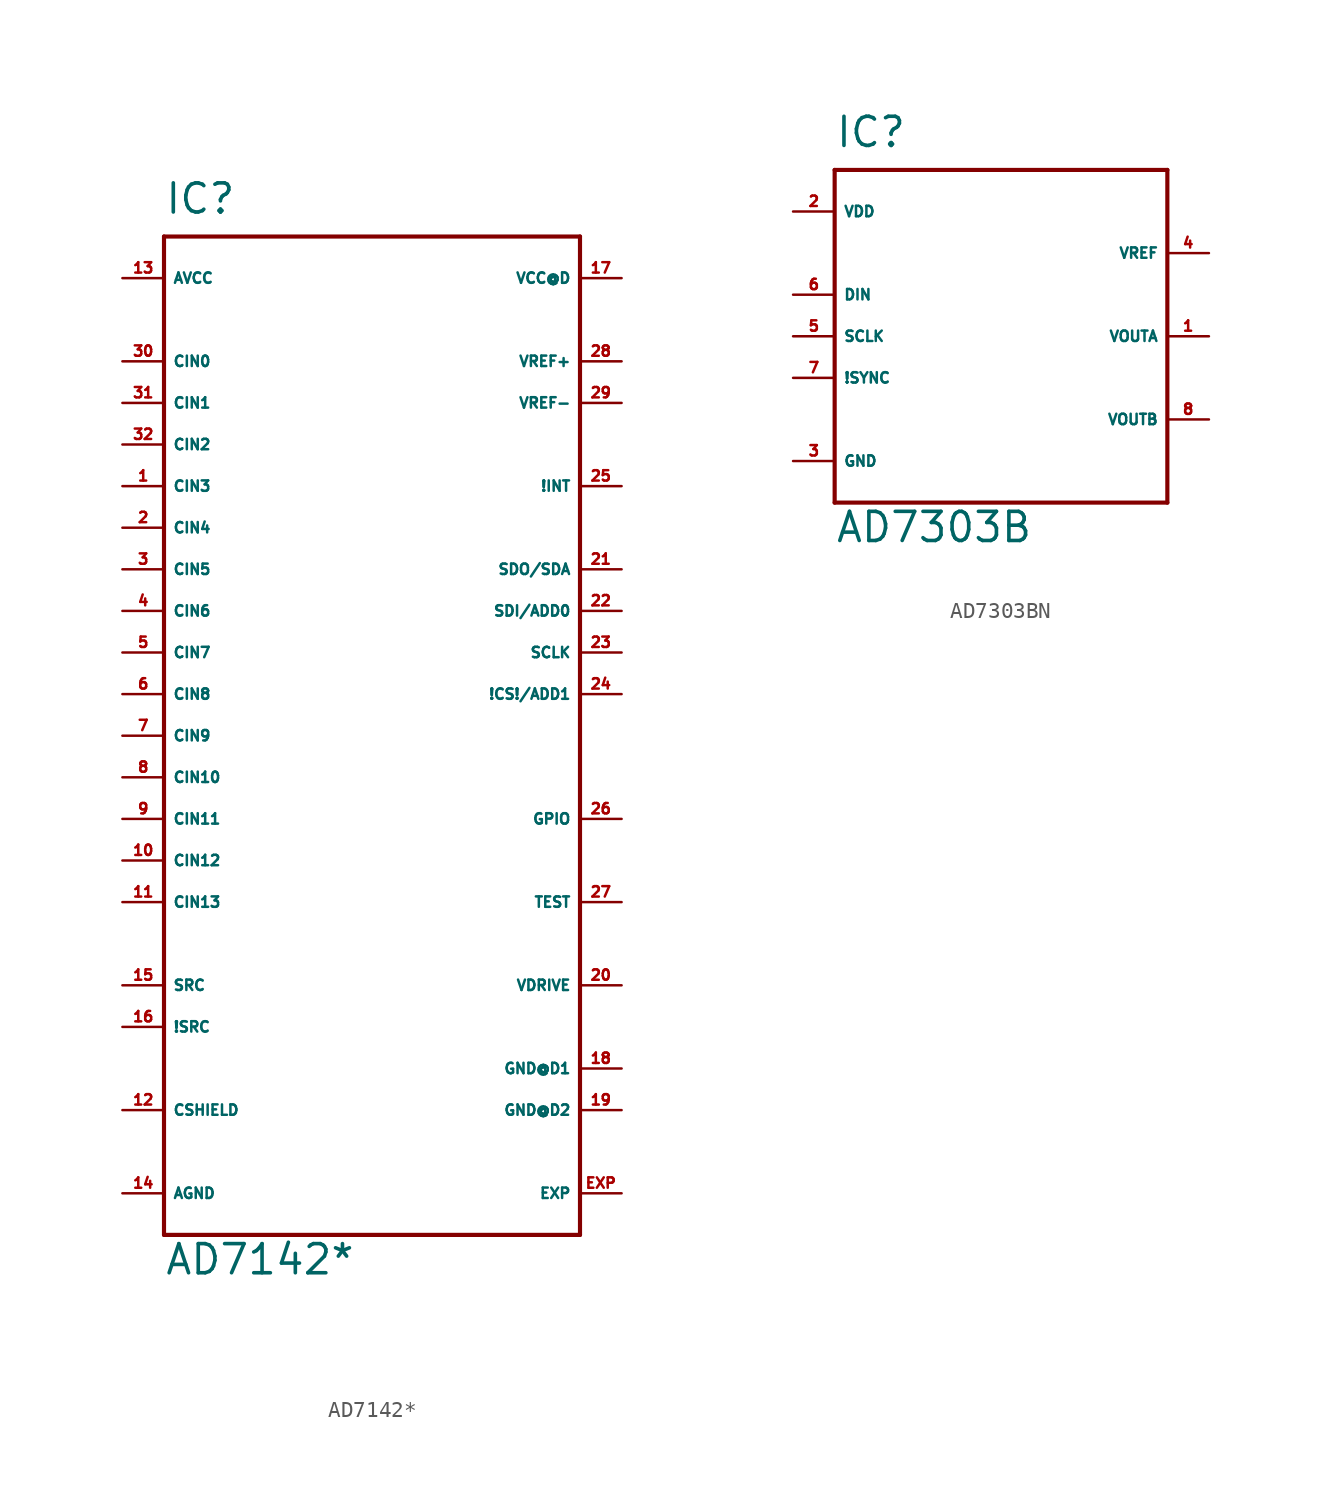
<source format=kicad_sym>
(kicad_symbol_lib
  (version 20220914)
  (generator Eagle2Kicad)
  (symbol "AD7142*"
    (property "Reference" "IC"
      (at -12.7 31.75 0)
      (effects (font (size 1.778 1.778) (thickness 0.22)) (justify left bottom)))
    (property "Value" "AD7142*"
      (at -12.7 -33.02 0)
      (effects (font (size 1.778 1.778) (thickness 0.22)) (justify left bottom)))
    (polyline
      (pts (xy -12.7 30.48) (xy 12.7 30.48))
      (stroke (width 0.254) (type default))
      (fill (type none)))
    (polyline
      (pts (xy 12.7 30.48) (xy 12.7 -30.48))
      (stroke (width 0.254) (type default))
      (fill (type none)))
    (polyline
      (pts (xy 12.7 -30.48) (xy -12.7 -30.48))
      (stroke (width 0.254) (type default))
      (fill (type none)))
    (polyline
      (pts (xy -12.7 -30.48) (xy -12.7 30.48))
      (stroke (width 0.254) (type default))
      (fill (type none)))
    (pin input line
      (at -15.24 22.86 0)
      (length 2.54)
      (name "CIN0" (effects (font (size 0.635 0.635) (thickness 0.08)) (justify left bottom)))
      (number "30" (effects (font (size 0.635 0.635) (thickness 0.08)) (justify left bottom))))
    (pin input line
      (at -15.24 20.32 0)
      (length 2.54)
      (name "CIN1" (effects (font (size 0.635 0.635) (thickness 0.08)) (justify left bottom)))
      (number "31" (effects (font (size 0.635 0.635) (thickness 0.08)) (justify left bottom))))
    (pin input line
      (at -15.24 17.78 0)
      (length 2.54)
      (name "CIN2" (effects (font (size 0.635 0.635) (thickness 0.08)) (justify left bottom)))
      (number "32" (effects (font (size 0.635 0.635) (thickness 0.08)) (justify left bottom))))
    (pin input line
      (at -15.24 15.24 0)
      (length 2.54)
      (name "CIN3" (effects (font (size 0.635 0.635) (thickness 0.08)) (justify left bottom)))
      (number "1" (effects (font (size 0.635 0.635) (thickness 0.08)) (justify left bottom))))
    (pin input line
      (at -15.24 12.7 0)
      (length 2.54)
      (name "CIN4" (effects (font (size 0.635 0.635) (thickness 0.08)) (justify left bottom)))
      (number "2" (effects (font (size 0.635 0.635) (thickness 0.08)) (justify left bottom))))
    (pin input line
      (at -15.24 10.16 0)
      (length 2.54)
      (name "CIN5" (effects (font (size 0.635 0.635) (thickness 0.08)) (justify left bottom)))
      (number "3" (effects (font (size 0.635 0.635) (thickness 0.08)) (justify left bottom))))
    (pin input line
      (at -15.24 7.62 0)
      (length 2.54)
      (name "CIN6" (effects (font (size 0.635 0.635) (thickness 0.08)) (justify left bottom)))
      (number "4" (effects (font (size 0.635 0.635) (thickness 0.08)) (justify left bottom))))
    (pin input line
      (at -15.24 5.08 0)
      (length 2.54)
      (name "CIN7" (effects (font (size 0.635 0.635) (thickness 0.08)) (justify left bottom)))
      (number "5" (effects (font (size 0.635 0.635) (thickness 0.08)) (justify left bottom))))
    (pin input line
      (at -15.24 2.54 0)
      (length 2.54)
      (name "CIN8" (effects (font (size 0.635 0.635) (thickness 0.08)) (justify left bottom)))
      (number "6" (effects (font (size 0.635 0.635) (thickness 0.08)) (justify left bottom))))
    (pin input line
      (at -15.24 0 0)
      (length 2.54)
      (name "CIN9" (effects (font (size 0.635 0.635) (thickness 0.08)) (justify left bottom)))
      (number "7" (effects (font (size 0.635 0.635) (thickness 0.08)) (justify left bottom))))
    (pin input line
      (at -15.24 -2.54 0)
      (length 2.54)
      (name "CIN10" (effects (font (size 0.635 0.635) (thickness 0.08)) (justify left bottom)))
      (number "8" (effects (font (size 0.635 0.635) (thickness 0.08)) (justify left bottom))))
    (pin input line
      (at -15.24 -5.08 0)
      (length 2.54)
      (name "CIN11" (effects (font (size 0.635 0.635) (thickness 0.08)) (justify left bottom)))
      (number "9" (effects (font (size 0.635 0.635) (thickness 0.08)) (justify left bottom))))
    (pin input line
      (at -15.24 -7.62 0)
      (length 2.54)
      (name "CIN12" (effects (font (size 0.635 0.635) (thickness 0.08)) (justify left bottom)))
      (number "10" (effects (font (size 0.635 0.635) (thickness 0.08)) (justify left bottom))))
    (pin input line
      (at -15.24 -10.16 0)
      (length 2.54)
      (name "CIN13" (effects (font (size 0.635 0.635) (thickness 0.08)) (justify left bottom)))
      (number "11" (effects (font (size 0.635 0.635) (thickness 0.08)) (justify left bottom))))
    (pin output line
      (at -15.24 -22.86 0)
      (length 2.54)
      (name "CSHIELD" (effects (font (size 0.635 0.635) (thickness 0.08)) (justify left bottom)))
      (number "12" (effects (font (size 0.635 0.635) (thickness 0.08)) (justify left bottom))))
    (pin input line
      (at -15.24 -15.24 0)
      (length 2.54)
      (name "SRC" (effects (font (size 0.635 0.635) (thickness 0.08)) (justify left bottom)))
      (number "15" (effects (font (size 0.635 0.635) (thickness 0.08)) (justify left bottom))))
    (pin input line
      (at -15.24 -17.78 0)
      (length 2.54)
      (name "!SRC" (effects (font (size 0.635 0.635) (thickness 0.08)) (justify left bottom)))
      (number "16" (effects (font (size 0.635 0.635) (thickness 0.08)) (justify left bottom))))
    (pin input line
      (at 15.24 -15.24 180)
      (length 2.54)
      (name "VDRIVE" (effects (font (size 0.635 0.635) (thickness 0.08)) (justify left bottom)))
      (number "20" (effects (font (size 0.635 0.635) (thickness 0.08)) (justify left bottom))))
    (pin output line
      (at 15.24 10.16 180)
      (length 2.54)
      (name "SDO/SDA" (effects (font (size 0.635 0.635) (thickness 0.08)) (justify left bottom)))
      (number "21" (effects (font (size 0.635 0.635) (thickness 0.08)) (justify left bottom))))
    (pin bidirectional line
      (at 15.24 7.62 180)
      (length 2.54)
      (name "SDI/ADD0" (effects (font (size 0.635 0.635) (thickness 0.08)) (justify left bottom)))
      (number "22" (effects (font (size 0.635 0.635) (thickness 0.08)) (justify left bottom))))
    (pin input line
      (at 15.24 5.08 180)
      (length 2.54)
      (name "SCLK" (effects (font (size 0.635 0.635) (thickness 0.08)) (justify left bottom)))
      (number "23" (effects (font (size 0.635 0.635) (thickness 0.08)) (justify left bottom))))
    (pin input line
      (at 15.24 2.54 180)
      (length 2.54)
      (name "!CS!/ADD1" (effects (font (size 0.635 0.635) (thickness 0.08)) (justify left bottom)))
      (number "24" (effects (font (size 0.635 0.635) (thickness 0.08)) (justify left bottom))))
    (pin output line
      (at 15.24 15.24 180)
      (length 2.54)
      (name "!INT" (effects (font (size 0.635 0.635) (thickness 0.08)) (justify left bottom)))
      (number "25" (effects (font (size 0.635 0.635) (thickness 0.08)) (justify left bottom))))
    (pin input line
      (at 15.24 -5.08 180)
      (length 2.54)
      (name "GPIO" (effects (font (size 0.635 0.635) (thickness 0.08)) (justify left bottom)))
      (number "26" (effects (font (size 0.635 0.635) (thickness 0.08)) (justify left bottom))))
    (pin input line
      (at 15.24 22.86 180)
      (length 2.54)
      (name "VREF+" (effects (font (size 0.635 0.635) (thickness 0.08)) (justify left bottom)))
      (number "28" (effects (font (size 0.635 0.635) (thickness 0.08)) (justify left bottom))))
    (pin input line
      (at 15.24 20.32 180)
      (length 2.54)
      (name "VREF-" (effects (font (size 0.635 0.635) (thickness 0.08)) (justify left bottom)))
      (number "29" (effects (font (size 0.635 0.635) (thickness 0.08)) (justify left bottom))))
    (pin input line
      (at 15.24 -10.16 180)
      (length 2.54)
      (name "TEST" (effects (font (size 0.635 0.635) (thickness 0.08)) (justify left bottom)))
      (number "27" (effects (font (size 0.635 0.635) (thickness 0.08)) (justify left bottom))))
    (pin input line
      (at -15.24 27.94 0)
      (length 2.54)
      (name "AVCC" (effects (font (size 0.635 0.635) (thickness 0.08)) (justify left bottom)))
      (number "13" (effects (font (size 0.635 0.635) (thickness 0.08)) (justify left bottom))))
    (pin input line
      (at -15.24 -27.94 0)
      (length 2.54)
      (name "AGND" (effects (font (size 0.635 0.635) (thickness 0.08)) (justify left bottom)))
      (number "14" (effects (font (size 0.635 0.635) (thickness 0.08)) (justify left bottom))))
    (pin unspecified line
      (at 15.24 27.94 180)
      (length 2.54)
      (name "VCC@D" (effects (font (size 0.635 0.635) (thickness 0.08)) (justify left bottom)))
      (number "17" (effects (font (size 0.635 0.635) (thickness 0.08)) (justify left bottom))))
    (pin unspecified line
      (at 15.24 -20.32 180)
      (length 2.54)
      (name "GND@D1" (effects (font (size 0.635 0.635) (thickness 0.08)) (justify left bottom)))
      (number "18" (effects (font (size 0.635 0.635) (thickness 0.08)) (justify left bottom))))
    (pin unspecified line
      (at 15.24 -22.86 180)
      (length 2.54)
      (name "GND@D2" (effects (font (size 0.635 0.635) (thickness 0.08)) (justify left bottom)))
      (number "19" (effects (font (size 0.635 0.635) (thickness 0.08)) (justify left bottom))))
    (pin passive line
      (at 15.24 -27.94 180)
      (length 2.54)
      (name "EXP" (effects (font (size 0.635 0.635) (thickness 0.08)) (justify left bottom)))
      (number "EXP" (effects (font (size 0.635 0.635) (thickness 0.08)) (justify left bottom)))))
  (symbol "AD7303BN"
    (property "Reference" "IC"
      (at -10.16 11.43 0)
      (effects (font (size 1.778 1.778) (thickness 0.22)) (justify left bottom)))
    (property "Value" "AD7303B"
      (at -10.16 -12.7 0)
      (effects (font (size 1.778 1.778) (thickness 0.22)) (justify left bottom)))
    (polyline
      (pts (xy -10.16 10.16) (xy 10.16 10.16))
      (stroke (width 0.254) (type default))
      (fill (type none)))
    (polyline
      (pts (xy 10.16 10.16) (xy 10.16 -10.16))
      (stroke (width 0.254) (type default))
      (fill (type none)))
    (polyline
      (pts (xy 10.16 -10.16) (xy -10.16 -10.16))
      (stroke (width 0.254) (type default))
      (fill (type none)))
    (polyline
      (pts (xy -10.16 -10.16) (xy -10.16 10.16))
      (stroke (width 0.254) (type default))
      (fill (type none)))
    (pin input line
      (at -12.7 2.54 0)
      (length 2.54)
      (name "DIN" (effects (font (size 0.635 0.635) (thickness 0.08)) (justify left bottom)))
      (number "6" (effects (font (size 0.635 0.635) (thickness 0.08)) (justify left bottom))))
    (pin input line
      (at -12.7 0 0)
      (length 2.54)
      (name "SCLK" (effects (font (size 0.635 0.635) (thickness 0.08)) (justify left bottom)))
      (number "5" (effects (font (size 0.635 0.635) (thickness 0.08)) (justify left bottom))))
    (pin input line
      (at -12.7 -2.54 0)
      (length 2.54)
      (name "!SYNC" (effects (font (size 0.635 0.635) (thickness 0.08)) (justify left bottom)))
      (number "7" (effects (font (size 0.635 0.635) (thickness 0.08)) (justify left bottom))))
    (pin unspecified line
      (at -12.7 -7.62 0)
      (length 2.54)
      (name "GND" (effects (font (size 0.635 0.635) (thickness 0.08)) (justify left bottom)))
      (number "3" (effects (font (size 0.635 0.635) (thickness 0.08)) (justify left bottom))))
    (pin unspecified line
      (at -12.7 7.62 0)
      (length 2.54)
      (name "VDD" (effects (font (size 0.635 0.635) (thickness 0.08)) (justify left bottom)))
      (number "2" (effects (font (size 0.635 0.635) (thickness 0.08)) (justify left bottom))))
    (pin passive line
      (at 12.7 5.08 180)
      (length 2.54)
      (name "VREF" (effects (font (size 0.635 0.635) (thickness 0.08)) (justify left bottom)))
      (number "4" (effects (font (size 0.635 0.635) (thickness 0.08)) (justify left bottom))))
    (pin output line
      (at 12.7 0 180)
      (length 2.54)
      (name "VOUTA" (effects (font (size 0.635 0.635) (thickness 0.08)) (justify left bottom)))
      (number "1" (effects (font (size 0.635 0.635) (thickness 0.08)) (justify left bottom))))
    (pin output line
      (at 12.7 -5.08 180)
      (length 2.54)
      (name "VOUTB" (effects (font (size 0.635 0.635) (thickness 0.08)) (justify left bottom)))
      (number "8" (effects (font (size 0.635 0.635) (thickness 0.08)) (justify left bottom))))))
</source>
